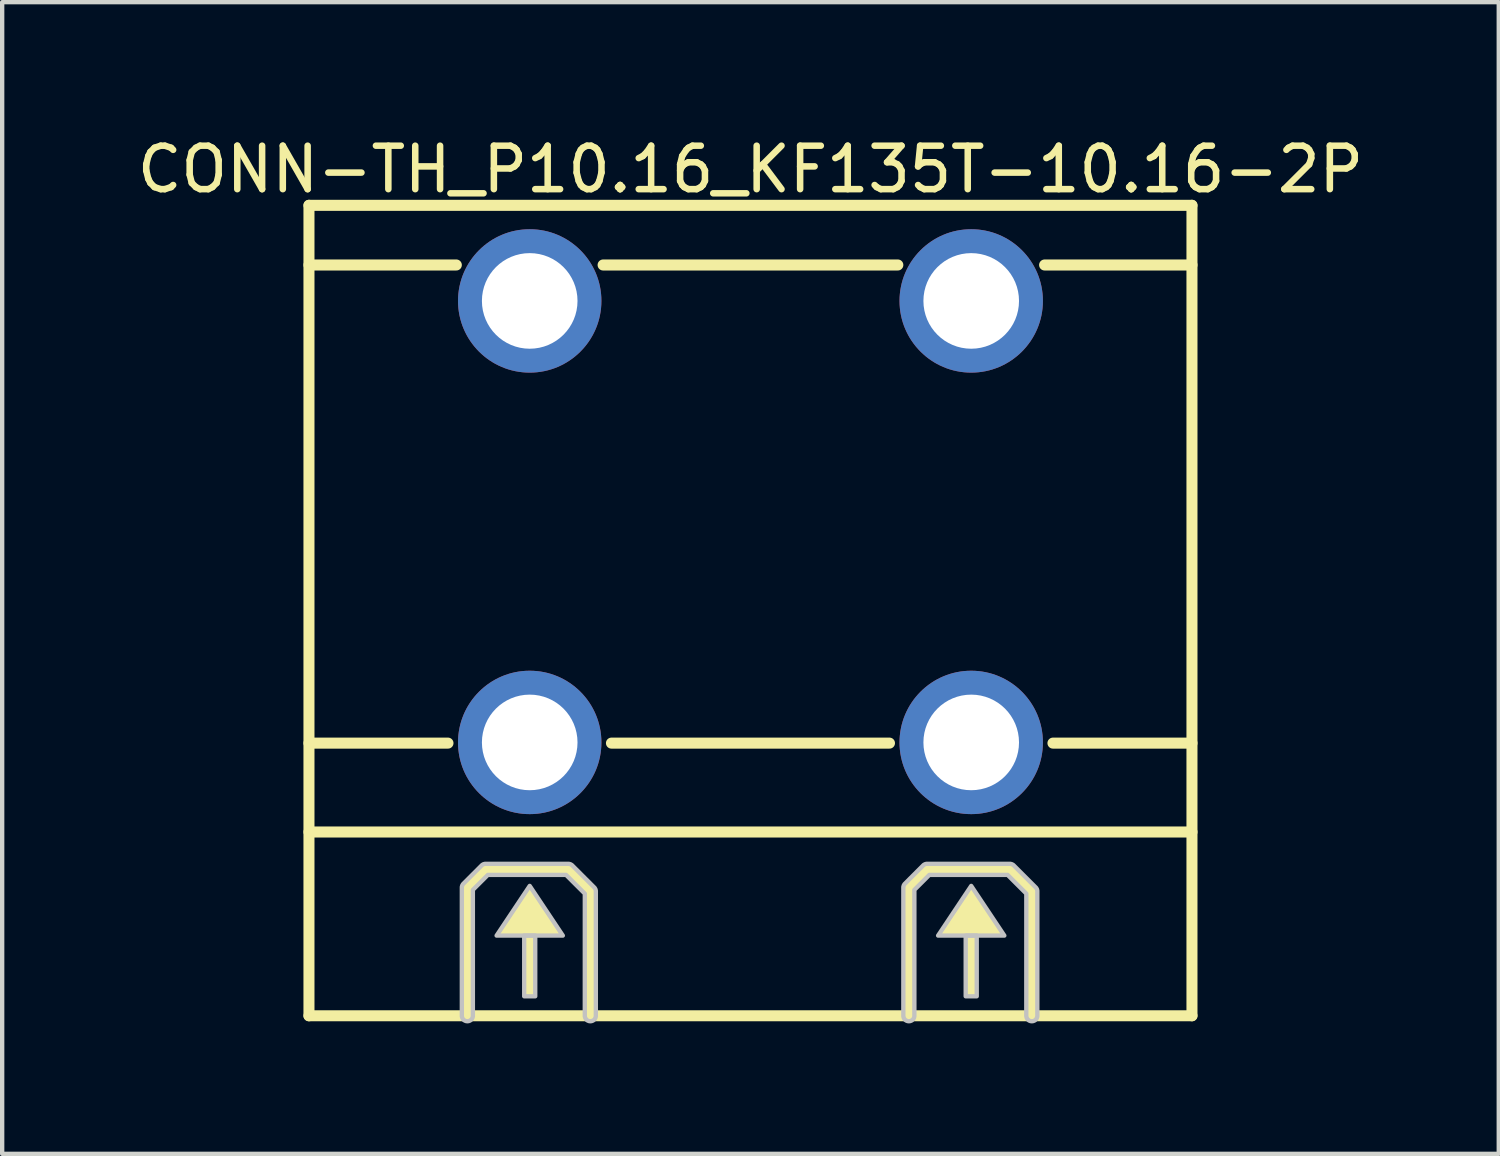
<source format=kicad_pcb>
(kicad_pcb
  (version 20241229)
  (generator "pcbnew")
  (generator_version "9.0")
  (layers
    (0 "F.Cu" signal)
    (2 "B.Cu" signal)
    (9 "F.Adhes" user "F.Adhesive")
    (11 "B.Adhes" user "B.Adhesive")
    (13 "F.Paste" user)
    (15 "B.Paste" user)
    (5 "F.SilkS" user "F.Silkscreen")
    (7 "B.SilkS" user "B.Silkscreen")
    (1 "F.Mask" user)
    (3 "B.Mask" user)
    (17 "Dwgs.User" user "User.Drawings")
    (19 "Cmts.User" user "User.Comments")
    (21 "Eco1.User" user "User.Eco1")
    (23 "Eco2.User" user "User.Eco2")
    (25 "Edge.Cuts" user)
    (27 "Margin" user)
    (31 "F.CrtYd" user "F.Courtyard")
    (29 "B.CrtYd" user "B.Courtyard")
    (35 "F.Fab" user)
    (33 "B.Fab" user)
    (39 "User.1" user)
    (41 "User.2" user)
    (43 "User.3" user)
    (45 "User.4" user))
  (footprint "CONN-TH_P10.16_KF135T-10.16-2P"
    (layer "F.Cu")
    (at 14.22 8.955)
    (property "Reference" "CONN-TH_P10.16_KF135T-10.16-2P" (at 0 -8.107 0) (layer "F.SilkS") (effects (font (size 1 1) (thickness 0.15))))
    (fp_line (start -10.16 -7.28) (end -10.16 11.37) (stroke (width 0.254) (type default)) (layer "F.SilkS"))
    (fp_line (start -10.16 -7.28) (end 10.16 -7.28) (stroke (width 0.254) (type default)) (layer "F.SilkS"))
    (fp_line (start -10.16 -5.907) (end -6.769 -5.907) (stroke (width 0.254) (type default)) (layer "F.SilkS"))
    (fp_line (start -10.16 5.096) (end -6.961 5.096) (stroke (width 0.254) (type default)) (layer "F.SilkS"))
    (fp_line (start -10.16 7.141) (end 10.16 7.141) (stroke (width 0.254) (type default)) (layer "F.SilkS"))
    (fp_line (start -10.16 11.37) (end 10.16 11.37) (stroke (width 0.254) (type default)) (layer "F.SilkS"))
    (fp_line (start -6.515 8.42) (end -6.096 8.001) (stroke (width 0.254) (type default)) (layer "F.SilkS"))
    (fp_line (start -6.515 11.369) (end -6.515 8.42) (stroke (width 0.254) (type default)) (layer "F.SilkS"))
    (fp_line (start -6.096 8.001) (end -4.191 8.001) (stroke (width 0.254) (type default)) (layer "F.SilkS"))
    (fp_line (start -4.191 8.001) (end -3.686 8.507) (stroke (width 0.254) (type default)) (layer "F.SilkS"))
    (fp_line (start -3.686 8.507) (end -3.686 11.369) (stroke (width 0.254) (type default)) (layer "F.SilkS"))
    (fp_line (start -3.391 -5.907) (end 3.391 -5.907) (stroke (width 0.254) (type default)) (layer "F.SilkS"))
    (fp_line (start -3.199 5.096) (end 3.199 5.096) (stroke (width 0.254) (type default)) (layer "F.SilkS"))
    (fp_line (start 3.645 8.42) (end 4.064 8.001) (stroke (width 0.254) (type default)) (layer "F.SilkS"))
    (fp_line (start 3.645 11.369) (end 3.645 8.42) (stroke (width 0.254) (type default)) (layer "F.SilkS"))
    (fp_line (start 4.064 8.001) (end 5.969 8.001) (stroke (width 0.254) (type default)) (layer "F.SilkS"))
    (fp_line (start 5.969 8.001) (end 6.474 8.507) (stroke (width 0.254) (type default)) (layer "F.SilkS"))
    (fp_line (start 6.474 8.507) (end 6.474 11.369) (stroke (width 0.254) (type default)) (layer "F.SilkS"))
    (fp_line (start 6.769 -5.907) (end 10.16 -5.907) (stroke (width 0.254) (type default)) (layer "F.SilkS"))
    (fp_line (start 6.961 5.096) (end 10.16 5.096) (stroke (width 0.254) (type default)) (layer "F.SilkS"))
    (fp_line (start 10.16 -7.28) (end 10.16 11.37) (stroke (width 0.254) (type default)) (layer "F.SilkS"))
    (fp_poly (pts (xy -5.842 9.525) (xy -4.318 9.525) (xy -5.08 8.382)) (stroke (width 0) (type default)) (fill yes) (layer "F.SilkS"))
    (fp_poly (pts (xy 4.318 9.525) (xy 5.842 9.525) (xy 5.08 8.382)) (stroke (width 0) (type default)) (fill yes) (layer "F.SilkS"))
    (fp_poly (pts (xy -5.207 9.525) (xy -5.207 10.922) (xy -4.953 10.922) (xy -4.953 9.525)) (stroke (width 0) (type default)) (fill yes) (layer "F.SilkS"))
    (fp_poly (pts (xy 4.953 9.525) (xy 4.953 10.922) (xy 5.207 10.922) (xy 5.207 9.525)) (stroke (width 0) (type default)) (fill yes) (layer "F.SilkS"))
    (fp_poly (pts (xy -5.842 9.525) (xy -4.318 9.525) (xy -5.08 8.382)) (stroke (width 0.1) (type default)) (fill no) (layer "Dwgs.User"))
    (fp_poly (pts (xy 4.318 9.525) (xy 5.842 9.525) (xy 5.08 8.382)) (stroke (width 0.1) (type default)) (fill no) (layer "Dwgs.User"))
    (fp_poly (pts (xy -5.207 9.525) (xy -5.207 10.922) (xy -4.953 10.922) (xy -4.953 9.525)) (stroke (width 0.1) (type default)) (fill no) (layer "Dwgs.User"))
    (fp_poly (pts (xy 4.953 9.525) (xy 4.953 10.922) (xy 5.207 10.922) (xy 5.207 9.525)) (stroke (width 0.1) (type default)) (fill no) (layer "Dwgs.User"))
    (fp_poly (pts (arc (start -6.388 11.369) (mid -6.515 11.496) (end -6.642 11.369)) (arc (start -6.642 8.42) (mid -6.6324 8.371563) (end -6.605 8.3305)) (arc (start -6.186 7.911) (mid -6.144708 7.883409) (end -6.096 7.874)) (arc (start -4.191 7.874) (mid -4.142399 7.883667) (end -4.101 7.911)) (arc (start -3.5955 8.4165) (mid -3.567909 8.457792) (end -3.5585 8.5065)) (arc (start -3.5585 11.369) (mid -3.6855 11.496) (end -3.8125 11.369)) (xy -3.812 8.559) (xy -4.244 8.128) (xy -6.043 8.128) (xy -6.388 8.473)) (stroke (width 0.1) (type default)) (fill no) (layer "Dwgs.User"))
    (fp_poly (pts (arc (start 3.772 11.369) (mid 3.645 11.496) (end 3.518 11.369)) (arc (start 3.518 8.42) (mid 3.5276 8.371563) (end 3.555 8.3305)) (arc (start 3.974 7.911) (mid 4.015292 7.883409) (end 4.064 7.874)) (arc (start 5.969 7.874) (mid 6.017601 7.883667) (end 6.059 7.911)) (arc (start 6.5645 8.4165) (mid 6.592091 8.457792) (end 6.6015 8.5065)) (arc (start 6.6015 11.369) (mid 6.4745 11.496) (end 6.3475 11.369)) (xy 6.348 8.559) (xy 5.917 8.128) (xy 4.117 8.128) (xy 3.772 8.473)) (stroke (width 0.1) (type default)) (fill no) (layer "Dwgs.User"))
    (fp_poly (pts (xy -5.88 -5.68) (xy -4.28 -5.68) (xy -4.28 -4.48) (xy -5.88 -4.48)) (stroke (width 0.1) (type default)) (fill no) (layer "User.1"))
    (fp_poly (pts (xy -5.88 4.48) (xy -4.28 4.48) (xy -4.28 5.68) (xy -5.88 5.68)) (stroke (width 0.1) (type default)) (fill no) (layer "User.1"))
    (fp_poly (pts (xy 4.28 -5.68) (xy 5.88 -5.68) (xy 5.88 -4.48) (xy 4.28 -4.48)) (stroke (width 0.1) (type default)) (fill no) (layer "User.1"))
    (fp_poly (pts (xy 4.28 4.48) (xy 5.88 4.48) (xy 5.88 5.68) (xy 4.28 5.68)) (stroke (width 0.1) (type default)) (fill no) (layer "User.1"))
    (fp_line (start -10.16 -7.28) (end 10.16 -7.28) (stroke (width 0.051) (type default)) (layer "User.2"))
    (fp_line (start -10.16 11.37) (end -10.16 -7.28) (stroke (width 0.051) (type default)) (layer "User.2"))
    (fp_line (start 10.16 -7.28) (end 10.16 11.37) (stroke (width 0.051) (type default)) (layer "User.2"))
    (fp_line (start 10.16 11.37) (end -10.16 11.37) (stroke (width 0.051) (type default)) (layer "User.2"))
    (fp_poly (pts (xy -10.105 -7.303) (xy -10.137 -7.335) (xy -10.183 -7.335) (xy -10.215 -7.303) (xy -10.215 -7.257) (xy -10.183 -7.225) (xy -10.137 -7.225) (xy -10.105 -7.257)) (stroke (width 0.1) (type default)) (fill no) (layer "User.3"))
    (pad "1" thru_hole circle (at -5.08 -5.08) (size 3.3 3.3) (drill 2.2) (layers "*.Cu" "*.Mask"))
    (pad "1" thru_hole circle (at -5.08 5.08) (size 3.3 3.3) (drill 2.2) (layers "*.Cu" "*.Mask"))
    (pad "2" thru_hole circle (at 5.08 -5.08) (size 3.3 3.3) (drill 2.2) (layers "*.Cu" "*.Mask"))
    (pad "2" thru_hole circle (at 5.08 5.08) (size 3.3 3.3) (drill 2.2) (layers "*.Cu" "*.Mask")))
  (gr_rect
    (start -3 -3)
    (end 31.44 23.502)
    (stroke (width 0.1) (type default))
    (fill no)
    (layer "Edge.Cuts")))
</source>
